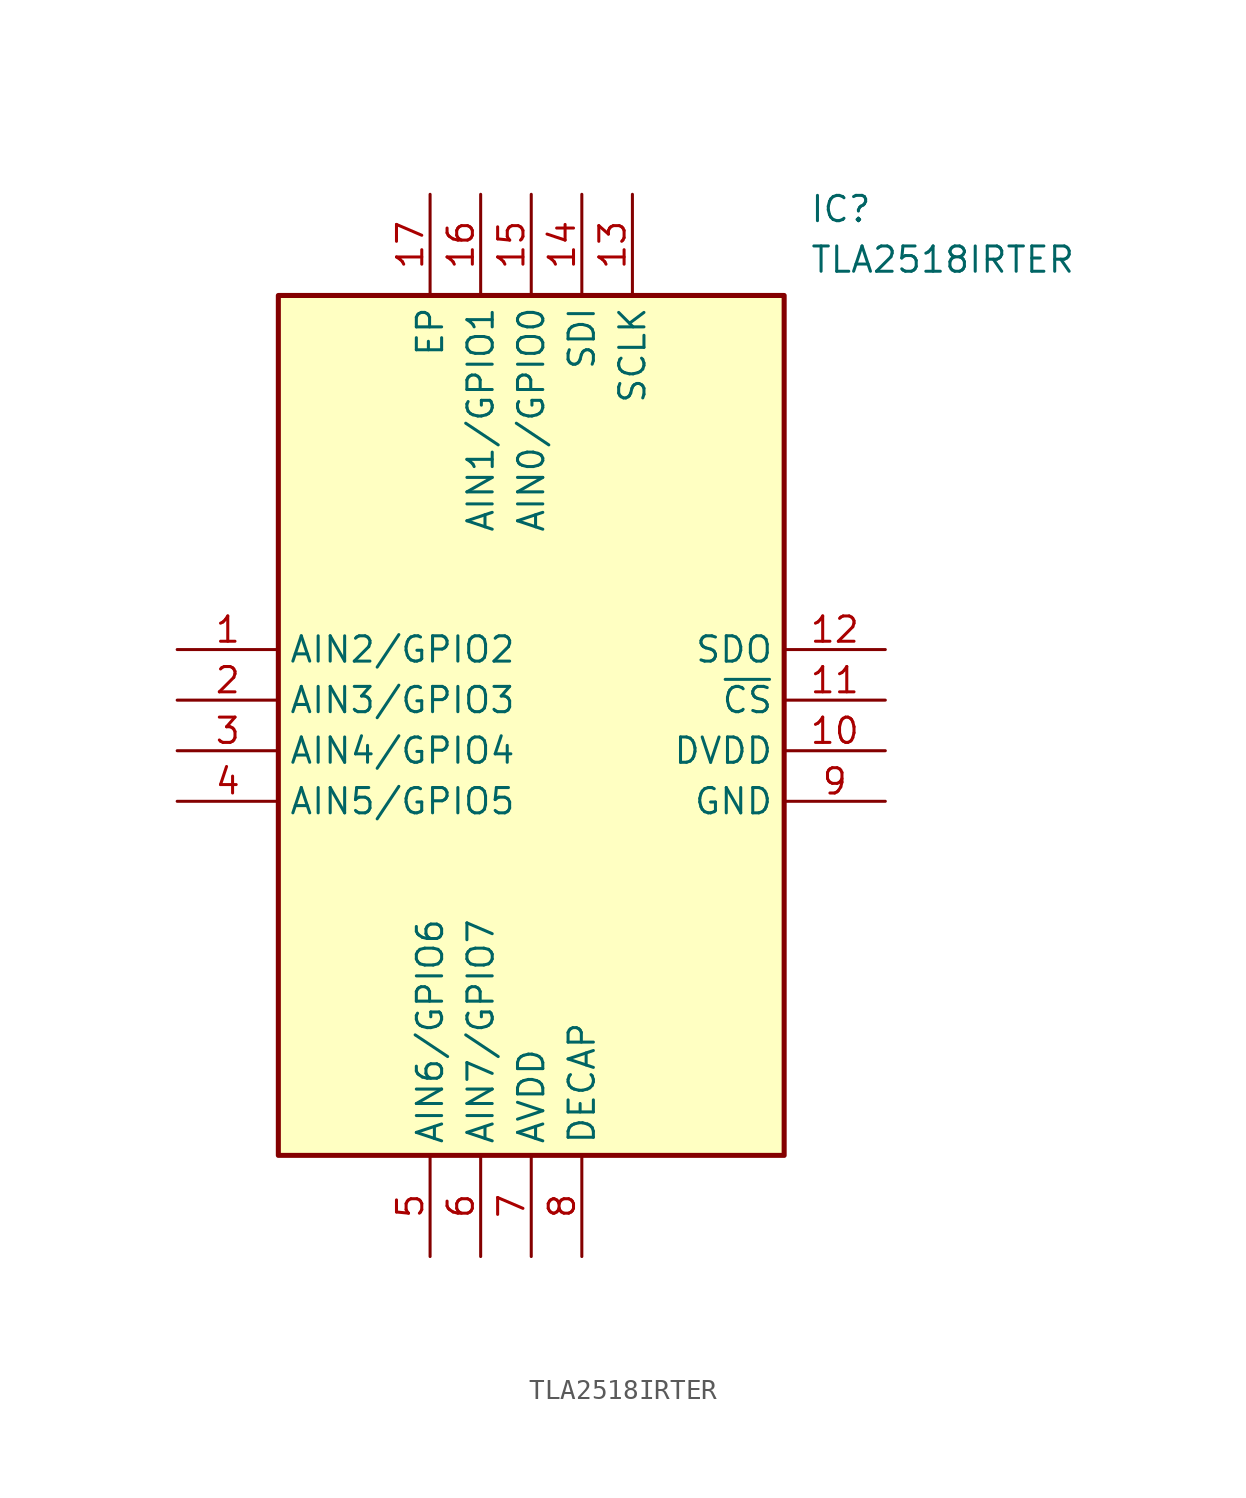
<source format=kicad_sym>
(kicad_symbol_lib
  (version 20220914)
  (generator kicad_symbol_editor)
  (symbol "TLA2518IRTER"
    (property "Reference" "IC"
      (at 31.75 22.86 0)
      (effects (font (size 1.27 1.27)) (justify left top)))
    (property "Value" "TLA2518IRTER"
      (at 31.75 20.32 0)
      (effects (font (size 1.27 1.27)) (justify left top)))
    (symbol "TLA2518IRTER_1_1"
      (rectangle (start 5.08 17.78) (end 30.48 -25.4) (stroke (width 0.254) (type default)) (fill (type background)))
      (pin passive line (at 0 0 0) (length 5.08) (name "AIN2/GPIO2" (effects (font (size 1.27 1.27)))) (number "1" (effects (font (size 1.27 1.27)))))
      (pin passive line (at 35.56 -5.08 180) (length 5.08) (name "DVDD" (effects (font (size 1.27 1.27)))) (number "10" (effects (font (size 1.27 1.27)))))
      (pin passive line (at 35.56 -2.54 180) (length 5.08) (name "~{CS}" (effects (font (size 1.27 1.27)))) (number "11" (effects (font (size 1.27 1.27)))))
      (pin passive line (at 35.56 0 180) (length 5.08) (name "SDO" (effects (font (size 1.27 1.27)))) (number "12" (effects (font (size 1.27 1.27)))))
      (pin passive line (at 22.86 22.86 270) (length 5.08) (name "SCLK" (effects (font (size 1.27 1.27)))) (number "13" (effects (font (size 1.27 1.27)))))
      (pin passive line (at 20.32 22.86 270) (length 5.08) (name "SDI" (effects (font (size 1.27 1.27)))) (number "14" (effects (font (size 1.27 1.27)))))
      (pin passive line (at 17.78 22.86 270) (length 5.08) (name "AIN0/GPIO0" (effects (font (size 1.27 1.27)))) (number "15" (effects (font (size 1.27 1.27)))))
      (pin passive line (at 15.24 22.86 270) (length 5.08) (name "AIN1/GPIO1" (effects (font (size 1.27 1.27)))) (number "16" (effects (font (size 1.27 1.27)))))
      (pin passive line (at 12.7 22.86 270) (length 5.08) (name "EP" (effects (font (size 1.27 1.27)))) (number "17" (effects (font (size 1.27 1.27)))))
      (pin passive line (at 0 -2.54 0) (length 5.08) (name "AIN3/GPIO3" (effects (font (size 1.27 1.27)))) (number "2" (effects (font (size 1.27 1.27)))))
      (pin passive line (at 0 -5.08 0) (length 5.08) (name "AIN4/GPIO4" (effects (font (size 1.27 1.27)))) (number "3" (effects (font (size 1.27 1.27)))))
      (pin passive line (at 0 -7.62 0) (length 5.08) (name "AIN5/GPIO5" (effects (font (size 1.27 1.27)))) (number "4" (effects (font (size 1.27 1.27)))))
      (pin passive line (at 12.7 -30.48 90) (length 5.08) (name "AIN6/GPIO6" (effects (font (size 1.27 1.27)))) (number "5" (effects (font (size 1.27 1.27)))))
      (pin passive line (at 15.24 -30.48 90) (length 5.08) (name "AIN7/GPIO7" (effects (font (size 1.27 1.27)))) (number "6" (effects (font (size 1.27 1.27)))))
      (pin passive line (at 17.78 -30.48 90) (length 5.08) (name "AVDD" (effects (font (size 1.27 1.27)))) (number "7" (effects (font (size 1.27 1.27)))))
      (pin passive line (at 20.32 -30.48 90) (length 5.08) (name "DECAP" (effects (font (size 1.27 1.27)))) (number "8" (effects (font (size 1.27 1.27)))))
      (pin passive line (at 35.56 -7.62 180) (length 5.08) (name "GND" (effects (font (size 1.27 1.27)))) (number "9" (effects (font (size 1.27 1.27))))))))
</source>
